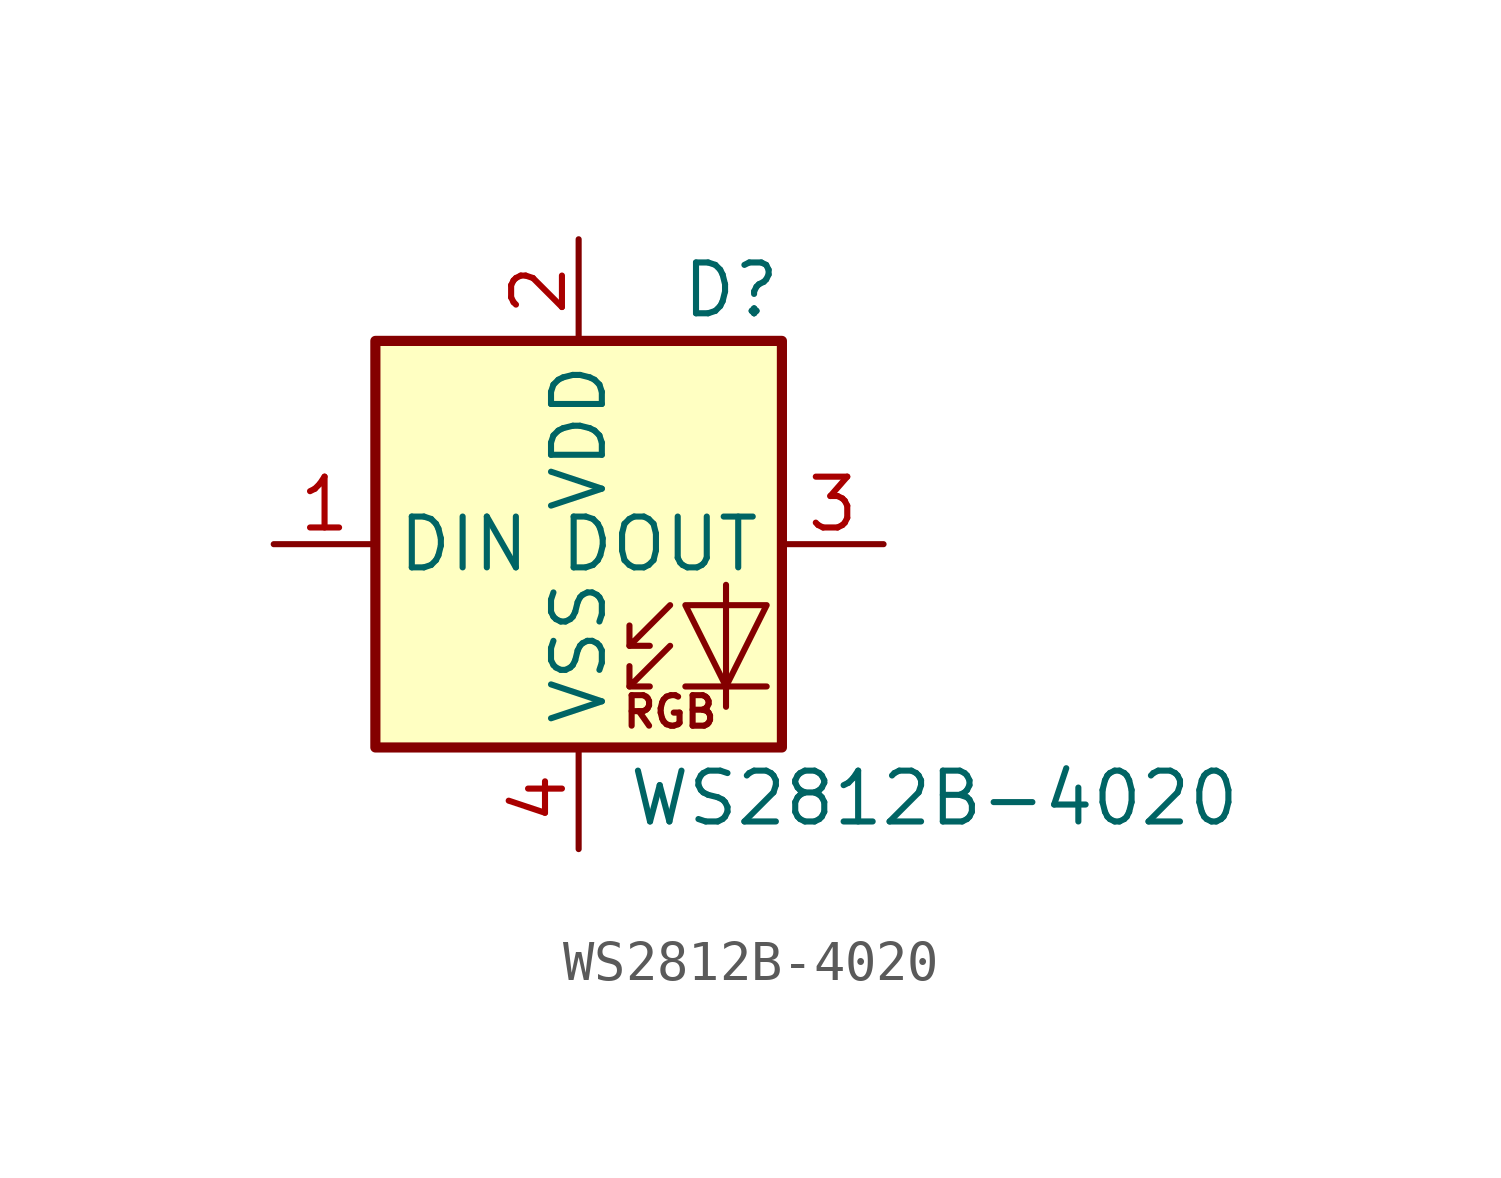
<source format=kicad_sym>
(kicad_symbol_lib
  (version 20220914)
  (generator kicad_symbol_editor)
  (symbol "WS2812B-4020"
    (property "Reference" "D"
      (at 3.81 6.35 0)
      (effects (font (size 1.27 1.27))))
    (property "Value" "WS2812B-4020"
      (at 8.89 -6.35 0)
      (effects (font (size 1.27 1.27))))
    (symbol "WS2812B-4020_0_0"
      (text "RGB" (at 2.286 -4.191 0) (effects (font (size 0.762 0.762)))))
    (symbol "WS2812B-4020_0_1"
      (polyline (pts (xy 1.27 -3.556) (xy 1.778 -3.556)) (stroke (width 0) (type default)) (fill (type none)))
      (polyline (pts (xy 1.27 -2.54) (xy 1.778 -2.54)) (stroke (width 0) (type default)) (fill (type none)))
      (polyline (pts (xy 4.699 -3.556) (xy 2.667 -3.556)) (stroke (width 0) (type default)) (fill (type none)))
      (polyline (pts (xy 2.286 -2.54) (xy 1.27 -3.556) (xy 1.27 -3.048)) (stroke (width 0) (type default)) (fill (type none)))
      (polyline (pts (xy 2.286 -1.524) (xy 1.27 -2.54) (xy 1.27 -2.032)) (stroke (width 0) (type default)) (fill (type none)))
      (polyline (pts (xy 3.683 -1.016) (xy 3.683 -3.556) (xy 3.683 -4.064)) (stroke (width 0) (type default)) (fill (type none)))
      (polyline (pts (xy 4.699 -1.524) (xy 2.667 -1.524) (xy 3.683 -3.556) (xy 4.699 -1.524)) (stroke (width 0) (type default)) (fill (type none)))
      (rectangle (start 5.08 5.08) (end -5.08 -5.08) (stroke (width 0.254) (type default)) (fill (type background))))
    (symbol "WS2812B-4020_1_1"
      (pin input line (at -7.62 0 0) (length 2.54) (name "DIN" (effects (font (size 1.27 1.27)))) (number "1" (effects (font (size 1.27 1.27)))))
      (pin power_in line (at 0 7.62 270) (length 2.54) (name "VDD" (effects (font (size 1.27 1.27)))) (number "2" (effects (font (size 1.27 1.27)))))
      (pin output line (at 7.62 0 180) (length 2.54) (name "DOUT" (effects (font (size 1.27 1.27)))) (number "3" (effects (font (size 1.27 1.27)))))
      (pin power_in line (at 0 -7.62 90) (length 2.54) (name "VSS" (effects (font (size 1.27 1.27)))) (number "4" (effects (font (size 1.27 1.27))))))))
</source>
